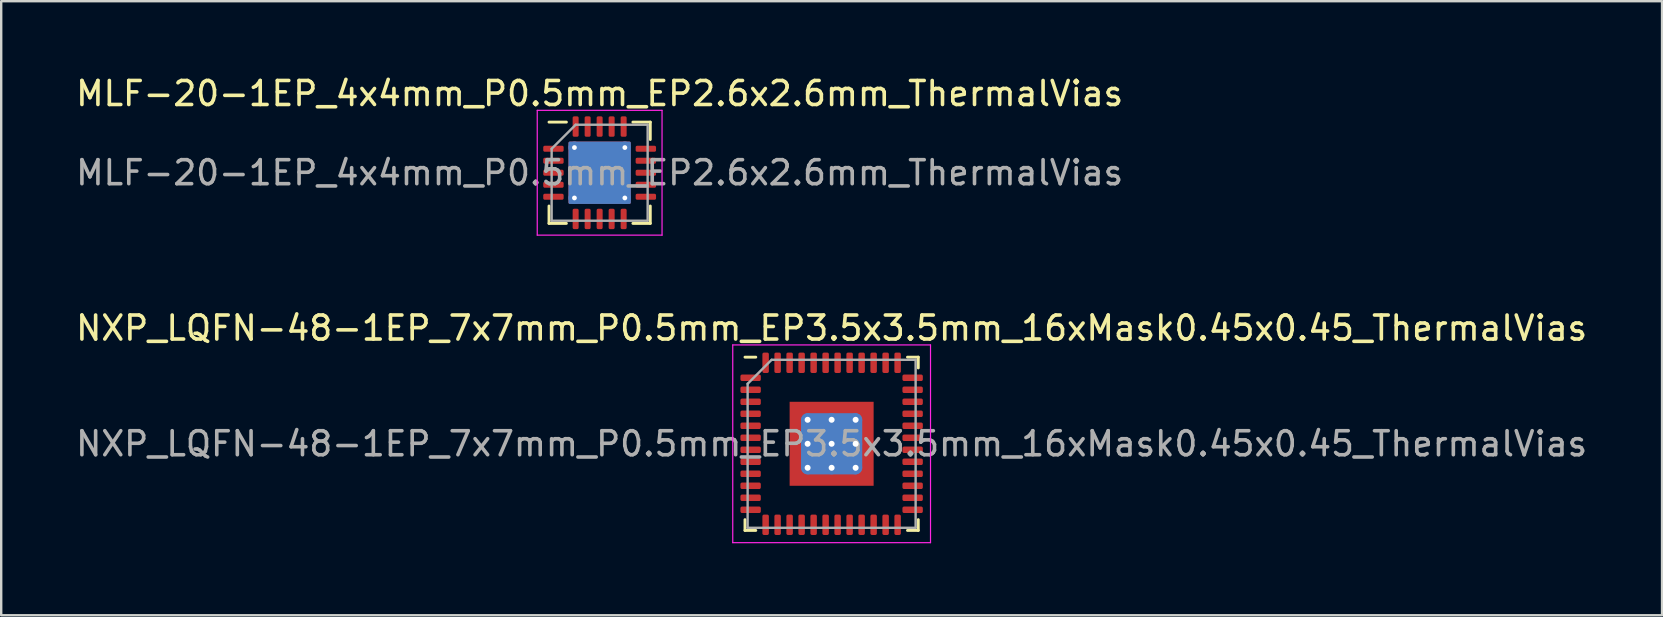
<source format=kicad_pcb>
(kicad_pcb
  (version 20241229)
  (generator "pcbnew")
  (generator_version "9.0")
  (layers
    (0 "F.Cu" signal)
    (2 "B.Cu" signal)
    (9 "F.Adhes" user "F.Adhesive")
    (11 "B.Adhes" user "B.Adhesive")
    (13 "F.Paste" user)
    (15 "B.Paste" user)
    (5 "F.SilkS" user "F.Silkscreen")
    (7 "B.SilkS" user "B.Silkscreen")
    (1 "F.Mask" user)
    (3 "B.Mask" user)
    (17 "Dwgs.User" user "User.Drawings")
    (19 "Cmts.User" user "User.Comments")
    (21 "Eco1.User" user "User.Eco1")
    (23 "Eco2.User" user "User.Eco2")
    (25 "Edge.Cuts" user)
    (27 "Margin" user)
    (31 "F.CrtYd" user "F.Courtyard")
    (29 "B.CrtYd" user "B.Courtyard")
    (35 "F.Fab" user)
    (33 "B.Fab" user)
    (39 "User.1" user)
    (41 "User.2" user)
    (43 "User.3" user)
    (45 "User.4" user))
  (footprint "NXP_LQFN-48-1EP_7x7mm_P0.5mm_EP3.5x3.5mm_16xMask0.45x0.45_ThermalVias"
    (layer "F.Cu")
    (at 31.601 15.441)
    (property "Reference" "NXP_LQFN-48-1EP_7x7mm_P0.5mm_EP3.5x3.5mm_16xMask0.45x0.45_ThermalVias" (at 0 -4.82 0) (layer "F.SilkS") (effects (font (size 1 1) (thickness 0.15))))
    (attr smd)
    (fp_line (start -3.61 3.61) (end -3.61 3.16) (stroke (width 0.12) (type solid)) (layer "F.SilkS"))
    (fp_line (start -3.16 -3.61) (end -3.61 -3.61) (stroke (width 0.12) (type solid)) (layer "F.SilkS"))
    (fp_line (start -3.16 3.61) (end -3.61 3.61) (stroke (width 0.12) (type solid)) (layer "F.SilkS"))
    (fp_line (start 3.16 -3.61) (end 3.61 -3.61) (stroke (width 0.12) (type solid)) (layer "F.SilkS"))
    (fp_line (start 3.16 3.61) (end 3.61 3.61) (stroke (width 0.12) (type solid)) (layer "F.SilkS"))
    (fp_line (start 3.61 -3.61) (end 3.61 -3.16) (stroke (width 0.12) (type solid)) (layer "F.SilkS"))
    (fp_line (start 3.61 3.61) (end 3.61 3.16) (stroke (width 0.12) (type solid)) (layer "F.SilkS"))
    (fp_line (start -4.12 -4.12) (end -4.12 4.12) (stroke (width 0.05) (type solid)) (layer "F.CrtYd"))
    (fp_line (start -4.12 4.12) (end 4.12 4.12) (stroke (width 0.05) (type solid)) (layer "F.CrtYd"))
    (fp_line (start 4.12 -4.12) (end -4.12 -4.12) (stroke (width 0.05) (type solid)) (layer "F.CrtYd"))
    (fp_line (start 4.12 4.12) (end 4.12 -4.12) (stroke (width 0.05) (type solid)) (layer "F.CrtYd"))
    (fp_line (start -3.5 -2.5) (end -2.5 -3.5) (stroke (width 0.1) (type solid)) (layer "F.Fab"))
    (fp_line (start -3.5 3.5) (end -3.5 -2.5) (stroke (width 0.1) (type solid)) (layer "F.Fab"))
    (fp_line (start -2.5 -3.5) (end 3.5 -3.5) (stroke (width 0.1) (type solid)) (layer "F.Fab"))
    (fp_line (start 3.5 -3.5) (end 3.5 3.5) (stroke (width 0.1) (type solid)) (layer "F.Fab"))
    (fp_line (start 3.5 3.5) (end -3.5 3.5) (stroke (width 0.1) (type solid)) (layer "F.Fab"))
    (fp_text user "${REFERENCE}" (at 0 0 0) (layer "F.Fab") (effects (font (size 1 1) (thickness 0.15))))
    (pad "" smd rect (at -1.5 -1.5) (size 0.45 0.45) (layers "F.Mask" "F.Paste"))
    (pad "" smd rect (at -1.5 -0.5) (size 0.45 0.45) (layers "F.Mask" "F.Paste"))
    (pad "" smd rect (at -1.5 0.5) (size 0.45 0.45) (layers "F.Mask" "F.Paste"))
    (pad "" smd rect (at -1.5 1.5) (size 0.45 0.45) (layers "F.Mask" "F.Paste"))
    (pad "" smd rect (at -0.5 -1.5) (size 0.45 0.45) (layers "F.Mask" "F.Paste"))
    (pad "" smd rect (at -0.5 -0.5) (size 0.45 0.45) (layers "F.Mask" "F.Paste"))
    (pad "" smd rect (at -0.5 0.5) (size 0.45 0.45) (layers "F.Mask" "F.Paste"))
    (pad "" smd rect (at -0.5 1.5) (size 0.45 0.45) (layers "F.Mask" "F.Paste"))
    (pad "" smd rect (at 0.5 -1.5) (size 0.45 0.45) (layers "F.Mask" "F.Paste"))
    (pad "" smd rect (at 0.5 -0.5) (size 0.45 0.45) (layers "F.Mask" "F.Paste"))
    (pad "" smd rect (at 0.5 0.5) (size 0.45 0.45) (layers "F.Mask" "F.Paste"))
    (pad "" smd rect (at 0.5 1.5) (size 0.45 0.45) (layers "F.Mask" "F.Paste"))
    (pad "" smd rect (at 1.5 -1.5) (size 0.45 0.45) (layers "F.Mask" "F.Paste"))
    (pad "" smd rect (at 1.5 -0.5) (size 0.45 0.45) (layers "F.Mask" "F.Paste"))
    (pad "" smd rect (at 1.5 0.5) (size 0.45 0.45) (layers "F.Mask" "F.Paste"))
    (pad "" smd rect (at 1.5 1.5) (size 0.45 0.45) (layers "F.Mask" "F.Paste"))
    (pad "1" smd roundrect (at -3.375 -2.75) (size 0.85 0.27) (layers "F.Cu" "F.Mask" "F.Paste") (roundrect_rratio 0.25))
    (pad "2" smd roundrect (at -3.375 -2.25) (size 0.85 0.27) (layers "F.Cu" "F.Mask" "F.Paste") (roundrect_rratio 0.25))
    (pad "3" smd roundrect (at -3.375 -1.75) (size 0.85 0.27) (layers "F.Cu" "F.Mask" "F.Paste") (roundrect_rratio 0.25))
    (pad "4" smd roundrect (at -3.375 -1.25) (size 0.85 0.27) (layers "F.Cu" "F.Mask" "F.Paste") (roundrect_rratio 0.25))
    (pad "5" smd roundrect (at -3.375 -0.75) (size 0.85 0.27) (layers "F.Cu" "F.Mask" "F.Paste") (roundrect_rratio 0.25))
    (pad "6" smd roundrect (at -3.375 -0.25) (size 0.85 0.27) (layers "F.Cu" "F.Mask" "F.Paste") (roundrect_rratio 0.25))
    (pad "7" smd roundrect (at -3.375 0.25) (size 0.85 0.27) (layers "F.Cu" "F.Mask" "F.Paste") (roundrect_rratio 0.25))
    (pad "8" smd roundrect (at -3.375 0.75) (size 0.85 0.27) (layers "F.Cu" "F.Mask" "F.Paste") (roundrect_rratio 0.25))
    (pad "9" smd roundrect (at -3.375 1.25) (size 0.85 0.27) (layers "F.Cu" "F.Mask" "F.Paste") (roundrect_rratio 0.25))
    (pad "10" smd roundrect (at -3.375 1.75) (size 0.85 0.27) (layers "F.Cu" "F.Mask" "F.Paste") (roundrect_rratio 0.25))
    (pad "11" smd roundrect (at -3.375 2.25) (size 0.85 0.27) (layers "F.Cu" "F.Mask" "F.Paste") (roundrect_rratio 0.25))
    (pad "12" smd roundrect (at -3.375 2.75) (size 0.85 0.27) (layers "F.Cu" "F.Mask" "F.Paste") (roundrect_rratio 0.25))
    (pad "13" smd roundrect (at -2.75 3.375) (size 0.27 0.85) (layers "F.Cu" "F.Mask" "F.Paste") (roundrect_rratio 0.25))
    (pad "14" smd roundrect (at -2.25 3.375) (size 0.27 0.85) (layers "F.Cu" "F.Mask" "F.Paste") (roundrect_rratio 0.25))
    (pad "15" smd roundrect (at -1.75 3.375) (size 0.27 0.85) (layers "F.Cu" "F.Mask" "F.Paste") (roundrect_rratio 0.25))
    (pad "16" smd roundrect (at -1.25 3.375) (size 0.27 0.85) (layers "F.Cu" "F.Mask" "F.Paste") (roundrect_rratio 0.25))
    (pad "17" smd roundrect (at -0.75 3.375) (size 0.27 0.85) (layers "F.Cu" "F.Mask" "F.Paste") (roundrect_rratio 0.25))
    (pad "18" smd roundrect (at -0.25 3.375) (size 0.27 0.85) (layers "F.Cu" "F.Mask" "F.Paste") (roundrect_rratio 0.25))
    (pad "19" smd roundrect (at 0.25 3.375) (size 0.27 0.85) (layers "F.Cu" "F.Mask" "F.Paste") (roundrect_rratio 0.25))
    (pad "20" smd roundrect (at 0.75 3.375) (size 0.27 0.85) (layers "F.Cu" "F.Mask" "F.Paste") (roundrect_rratio 0.25))
    (pad "21" smd roundrect (at 1.25 3.375) (size 0.27 0.85) (layers "F.Cu" "F.Mask" "F.Paste") (roundrect_rratio 0.25))
    (pad "22" smd roundrect (at 1.75 3.375) (size 0.27 0.85) (layers "F.Cu" "F.Mask" "F.Paste") (roundrect_rratio 0.25))
    (pad "23" smd roundrect (at 2.25 3.375) (size 0.27 0.85) (layers "F.Cu" "F.Mask" "F.Paste") (roundrect_rratio 0.25))
    (pad "24" smd roundrect (at 2.75 3.375) (size 0.27 0.85) (layers "F.Cu" "F.Mask" "F.Paste") (roundrect_rratio 0.25))
    (pad "25" smd roundrect (at 3.375 2.75) (size 0.85 0.27) (layers "F.Cu" "F.Mask" "F.Paste") (roundrect_rratio 0.25))
    (pad "26" smd roundrect (at 3.375 2.25) (size 0.85 0.27) (layers "F.Cu" "F.Mask" "F.Paste") (roundrect_rratio 0.25))
    (pad "27" smd roundrect (at 3.375 1.75) (size 0.85 0.27) (layers "F.Cu" "F.Mask" "F.Paste") (roundrect_rratio 0.25))
    (pad "28" smd roundrect (at 3.375 1.25) (size 0.85 0.27) (layers "F.Cu" "F.Mask" "F.Paste") (roundrect_rratio 0.25))
    (pad "29" smd roundrect (at 3.375 0.75) (size 0.85 0.27) (layers "F.Cu" "F.Mask" "F.Paste") (roundrect_rratio 0.25))
    (pad "30" smd roundrect (at 3.375 0.25) (size 0.85 0.27) (layers "F.Cu" "F.Mask" "F.Paste") (roundrect_rratio 0.25))
    (pad "31" smd roundrect (at 3.375 -0.25) (size 0.85 0.27) (layers "F.Cu" "F.Mask" "F.Paste") (roundrect_rratio 0.25))
    (pad "32" smd roundrect (at 3.375 -0.75) (size 0.85 0.27) (layers "F.Cu" "F.Mask" "F.Paste") (roundrect_rratio 0.25))
    (pad "33" smd roundrect (at 3.375 -1.25) (size 0.85 0.27) (layers "F.Cu" "F.Mask" "F.Paste") (roundrect_rratio 0.25))
    (pad "34" smd roundrect (at 3.375 -1.75) (size 0.85 0.27) (layers "F.Cu" "F.Mask" "F.Paste") (roundrect_rratio 0.25))
    (pad "35" smd roundrect (at 3.375 -2.25) (size 0.85 0.27) (layers "F.Cu" "F.Mask" "F.Paste") (roundrect_rratio 0.25))
    (pad "36" smd roundrect (at 3.375 -2.75) (size 0.85 0.27) (layers "F.Cu" "F.Mask" "F.Paste") (roundrect_rratio 0.25))
    (pad "37" smd roundrect (at 2.75 -3.375) (size 0.27 0.85) (layers "F.Cu" "F.Mask" "F.Paste") (roundrect_rratio 0.25))
    (pad "38" smd roundrect (at 2.25 -3.375) (size 0.27 0.85) (layers "F.Cu" "F.Mask" "F.Paste") (roundrect_rratio 0.25))
    (pad "39" smd roundrect (at 1.75 -3.375) (size 0.27 0.85) (layers "F.Cu" "F.Mask" "F.Paste") (roundrect_rratio 0.25))
    (pad "40" smd roundrect (at 1.25 -3.375) (size 0.27 0.85) (layers "F.Cu" "F.Mask" "F.Paste") (roundrect_rratio 0.25))
    (pad "41" smd roundrect (at 0.75 -3.375) (size 0.27 0.85) (layers "F.Cu" "F.Mask" "F.Paste") (roundrect_rratio 0.25))
    (pad "42" smd roundrect (at 0.25 -3.375) (size 0.27 0.85) (layers "F.Cu" "F.Mask" "F.Paste") (roundrect_rratio 0.25))
    (pad "43" smd roundrect (at -0.25 -3.375) (size 0.27 0.85) (layers "F.Cu" "F.Mask" "F.Paste") (roundrect_rratio 0.25))
    (pad "44" smd roundrect (at -0.75 -3.375) (size 0.27 0.85) (layers "F.Cu" "F.Mask" "F.Paste") (roundrect_rratio 0.25))
    (pad "45" smd roundrect (at -1.25 -3.375) (size 0.27 0.85) (layers "F.Cu" "F.Mask" "F.Paste") (roundrect_rratio 0.25))
    (pad "46" smd roundrect (at -1.75 -3.375) (size 0.27 0.85) (layers "F.Cu" "F.Mask" "F.Paste") (roundrect_rratio 0.25))
    (pad "47" smd roundrect (at -2.25 -3.375) (size 0.27 0.85) (layers "F.Cu" "F.Mask" "F.Paste") (roundrect_rratio 0.25))
    (pad "48" smd roundrect (at -2.75 -3.375) (size 0.27 0.85) (layers "F.Cu" "F.Mask" "F.Paste") (roundrect_rratio 0.25))
    (pad "49" thru_hole circle (at -1 -1) (size 0.55 0.55) (drill 0.25) (layers "*.Cu"))
    (pad "49" thru_hole circle (at -1 0) (size 0.55 0.55) (drill 0.25) (layers "*.Cu"))
    (pad "49" thru_hole circle (at -1 1) (size 0.55 0.55) (drill 0.25) (layers "*.Cu"))
    (pad "49" thru_hole circle (at 0 -1) (size 0.55 0.55) (drill 0.25) (layers "*.Cu"))
    (pad "49" thru_hole circle (at 0 0) (size 0.55 0.55) (drill 0.25) (layers "*.Cu"))
    (pad "49" smd roundrect (at 0 0) (size 2.55 2.55) (layers "B.Cu") (roundrect_rratio 0.115))
    (pad "49" smd rect (at 0 0) (size 3.5 3.5) (layers "F.Cu"))
    (pad "49" thru_hole circle (at 0 1) (size 0.55 0.55) (drill 0.25) (layers "*.Cu"))
    (pad "49" thru_hole circle (at 1 -1) (size 0.55 0.55) (drill 0.25) (layers "*.Cu"))
    (pad "49" thru_hole circle (at 1 0) (size 0.55 0.55) (drill 0.25) (layers "*.Cu"))
    (pad "49" thru_hole circle (at 1 1) (size 0.55 0.55) (drill 0.25) (layers "*.Cu")))
  (footprint "MLF-20-1EP_4x4mm_P0.5mm_EP2.6x2.6mm_ThermalVias"
    (layer "F.Cu")
    (at 21.935 4.148)
    (property "Reference" "MLF-20-1EP_4x4mm_P0.5mm_EP2.6x2.6mm_ThermalVias" (at 0 -3.3 0) (layer "F.SilkS") (effects (font (size 1 1) (thickness 0.15))))
    (attr smd)
    (fp_line (start -2.11 2.11) (end -2.11 1.385) (stroke (width 0.12) (type solid)) (layer "F.SilkS"))
    (fp_line (start -1.385 -2.11) (end -2.11 -2.11) (stroke (width 0.12) (type solid)) (layer "F.SilkS"))
    (fp_line (start -1.385 2.11) (end -2.11 2.11) (stroke (width 0.12) (type solid)) (layer "F.SilkS"))
    (fp_line (start 1.385 -2.11) (end 2.11 -2.11) (stroke (width 0.12) (type solid)) (layer "F.SilkS"))
    (fp_line (start 1.385 2.11) (end 2.11 2.11) (stroke (width 0.12) (type solid)) (layer "F.SilkS"))
    (fp_line (start 2.11 -2.11) (end 2.11 -1.385) (stroke (width 0.12) (type solid)) (layer "F.SilkS"))
    (fp_line (start 2.11 2.11) (end 2.11 1.385) (stroke (width 0.12) (type solid)) (layer "F.SilkS"))
    (fp_line (start -2.6 -2.6) (end -2.6 2.6) (stroke (width 0.05) (type solid)) (layer "F.CrtYd"))
    (fp_line (start -2.6 2.6) (end 2.6 2.6) (stroke (width 0.05) (type solid)) (layer "F.CrtYd"))
    (fp_line (start 2.6 -2.6) (end -2.6 -2.6) (stroke (width 0.05) (type solid)) (layer "F.CrtYd"))
    (fp_line (start 2.6 2.6) (end 2.6 -2.6) (stroke (width 0.05) (type solid)) (layer "F.CrtYd"))
    (fp_line (start -2 -1) (end -1 -2) (stroke (width 0.1) (type solid)) (layer "F.Fab"))
    (fp_line (start -2 2) (end -2 -1) (stroke (width 0.1) (type solid)) (layer "F.Fab"))
    (fp_line (start -1 -2) (end 2 -2) (stroke (width 0.1) (type solid)) (layer "F.Fab"))
    (fp_line (start 2 -2) (end 2 2) (stroke (width 0.1) (type solid)) (layer "F.Fab"))
    (fp_line (start 2 2) (end -2 2) (stroke (width 0.1) (type solid)) (layer "F.Fab"))
    (fp_text user "${REFERENCE}" (at 0 0 0) (layer "F.Fab") (effects (font (size 1 1) (thickness 0.15))))
    (pad "" smd roundrect (at -0.65 -0.65) (size 1.13 1.13) (layers "F.Paste") (roundrect_rratio 0.221))
    (pad "" smd roundrect (at -0.65 0.65) (size 1.13 1.13) (layers "F.Paste") (roundrect_rratio 0.221))
    (pad "" smd roundrect (at 0.65 -0.65) (size 1.13 1.13) (layers "F.Paste") (roundrect_rratio 0.221))
    (pad "" smd roundrect (at 0.65 0.65) (size 1.13 1.13) (layers "F.Paste") (roundrect_rratio 0.221))
    (pad "1" smd roundrect (at -1.925 -1) (size 0.85 0.25) (layers "F.Cu" "F.Mask" "F.Paste") (roundrect_rratio 0.25))
    (pad "2" smd roundrect (at -1.925 -0.5) (size 0.85 0.25) (layers "F.Cu" "F.Mask" "F.Paste") (roundrect_rratio 0.25))
    (pad "3" smd roundrect (at -1.925 0) (size 0.85 0.25) (layers "F.Cu" "F.Mask" "F.Paste") (roundrect_rratio 0.25))
    (pad "4" smd roundrect (at -1.925 0.5) (size 0.85 0.25) (layers "F.Cu" "F.Mask" "F.Paste") (roundrect_rratio 0.25))
    (pad "5" smd roundrect (at -1.925 1) (size 0.85 0.25) (layers "F.Cu" "F.Mask" "F.Paste") (roundrect_rratio 0.25))
    (pad "6" smd roundrect (at -1 1.925) (size 0.25 0.85) (layers "F.Cu" "F.Mask" "F.Paste") (roundrect_rratio 0.25))
    (pad "7" smd roundrect (at -0.5 1.925) (size 0.25 0.85) (layers "F.Cu" "F.Mask" "F.Paste") (roundrect_rratio 0.25))
    (pad "8" smd roundrect (at 0 1.925) (size 0.25 0.85) (layers "F.Cu" "F.Mask" "F.Paste") (roundrect_rratio 0.25))
    (pad "9" smd roundrect (at 0.5 1.925) (size 0.25 0.85) (layers "F.Cu" "F.Mask" "F.Paste") (roundrect_rratio 0.25))
    (pad "10" smd roundrect (at 1 1.925) (size 0.25 0.85) (layers "F.Cu" "F.Mask" "F.Paste") (roundrect_rratio 0.25))
    (pad "11" smd roundrect (at 1.925 1) (size 0.85 0.25) (layers "F.Cu" "F.Mask" "F.Paste") (roundrect_rratio 0.25))
    (pad "12" smd roundrect (at 1.925 0.5) (size 0.85 0.25) (layers "F.Cu" "F.Mask" "F.Paste") (roundrect_rratio 0.25))
    (pad "13" smd roundrect (at 1.925 0) (size 0.85 0.25) (layers "F.Cu" "F.Mask" "F.Paste") (roundrect_rratio 0.25))
    (pad "14" smd roundrect (at 1.925 -0.5) (size 0.85 0.25) (layers "F.Cu" "F.Mask" "F.Paste") (roundrect_rratio 0.25))
    (pad "15" smd roundrect (at 1.925 -1) (size 0.85 0.25) (layers "F.Cu" "F.Mask" "F.Paste") (roundrect_rratio 0.25))
    (pad "16" smd roundrect (at 1 -1.925) (size 0.25 0.85) (layers "F.Cu" "F.Mask" "F.Paste") (roundrect_rratio 0.25))
    (pad "17" smd roundrect (at 0.5 -1.925) (size 0.25 0.85) (layers "F.Cu" "F.Mask" "F.Paste") (roundrect_rratio 0.25))
    (pad "18" smd roundrect (at 0 -1.925) (size 0.25 0.85) (layers "F.Cu" "F.Mask" "F.Paste") (roundrect_rratio 0.25))
    (pad "19" smd roundrect (at -0.5 -1.925) (size 0.25 0.85) (layers "F.Cu" "F.Mask" "F.Paste") (roundrect_rratio 0.25))
    (pad "20" smd roundrect (at -1 -1.925) (size 0.25 0.85) (layers "F.Cu" "F.Mask" "F.Paste") (roundrect_rratio 0.25))
    (pad "21" thru_hole circle (at -1.05 -1.05) (size 0.5 0.5) (drill 0.2) (layers "*.Cu"))
    (pad "21" thru_hole circle (at -1.05 1.05) (size 0.5 0.5) (drill 0.2) (layers "*.Cu"))
    (pad "21" smd roundrect (at 0 0) (size 2.6 2.6) (layers "F.Cu" "F.Mask") (roundrect_rratio 0.024))
    (pad "21" smd roundrect (at 0 0) (size 2.6 2.6) (layers "B.Cu") (roundrect_rratio 0.024))
    (pad "21" thru_hole circle (at 1.05 -1.05) (size 0.5 0.5) (drill 0.2) (layers "*.Cu"))
    (pad "21" thru_hole circle (at 1.05 1.05) (size 0.5 0.5) (drill 0.2) (layers "*.Cu")))
  (gr_rect
    (start -3 -3)
    (end 66.202 22.587)
    (stroke (width 0.1) (type default))
    (fill no)
    (layer "Edge.Cuts")))
</source>
